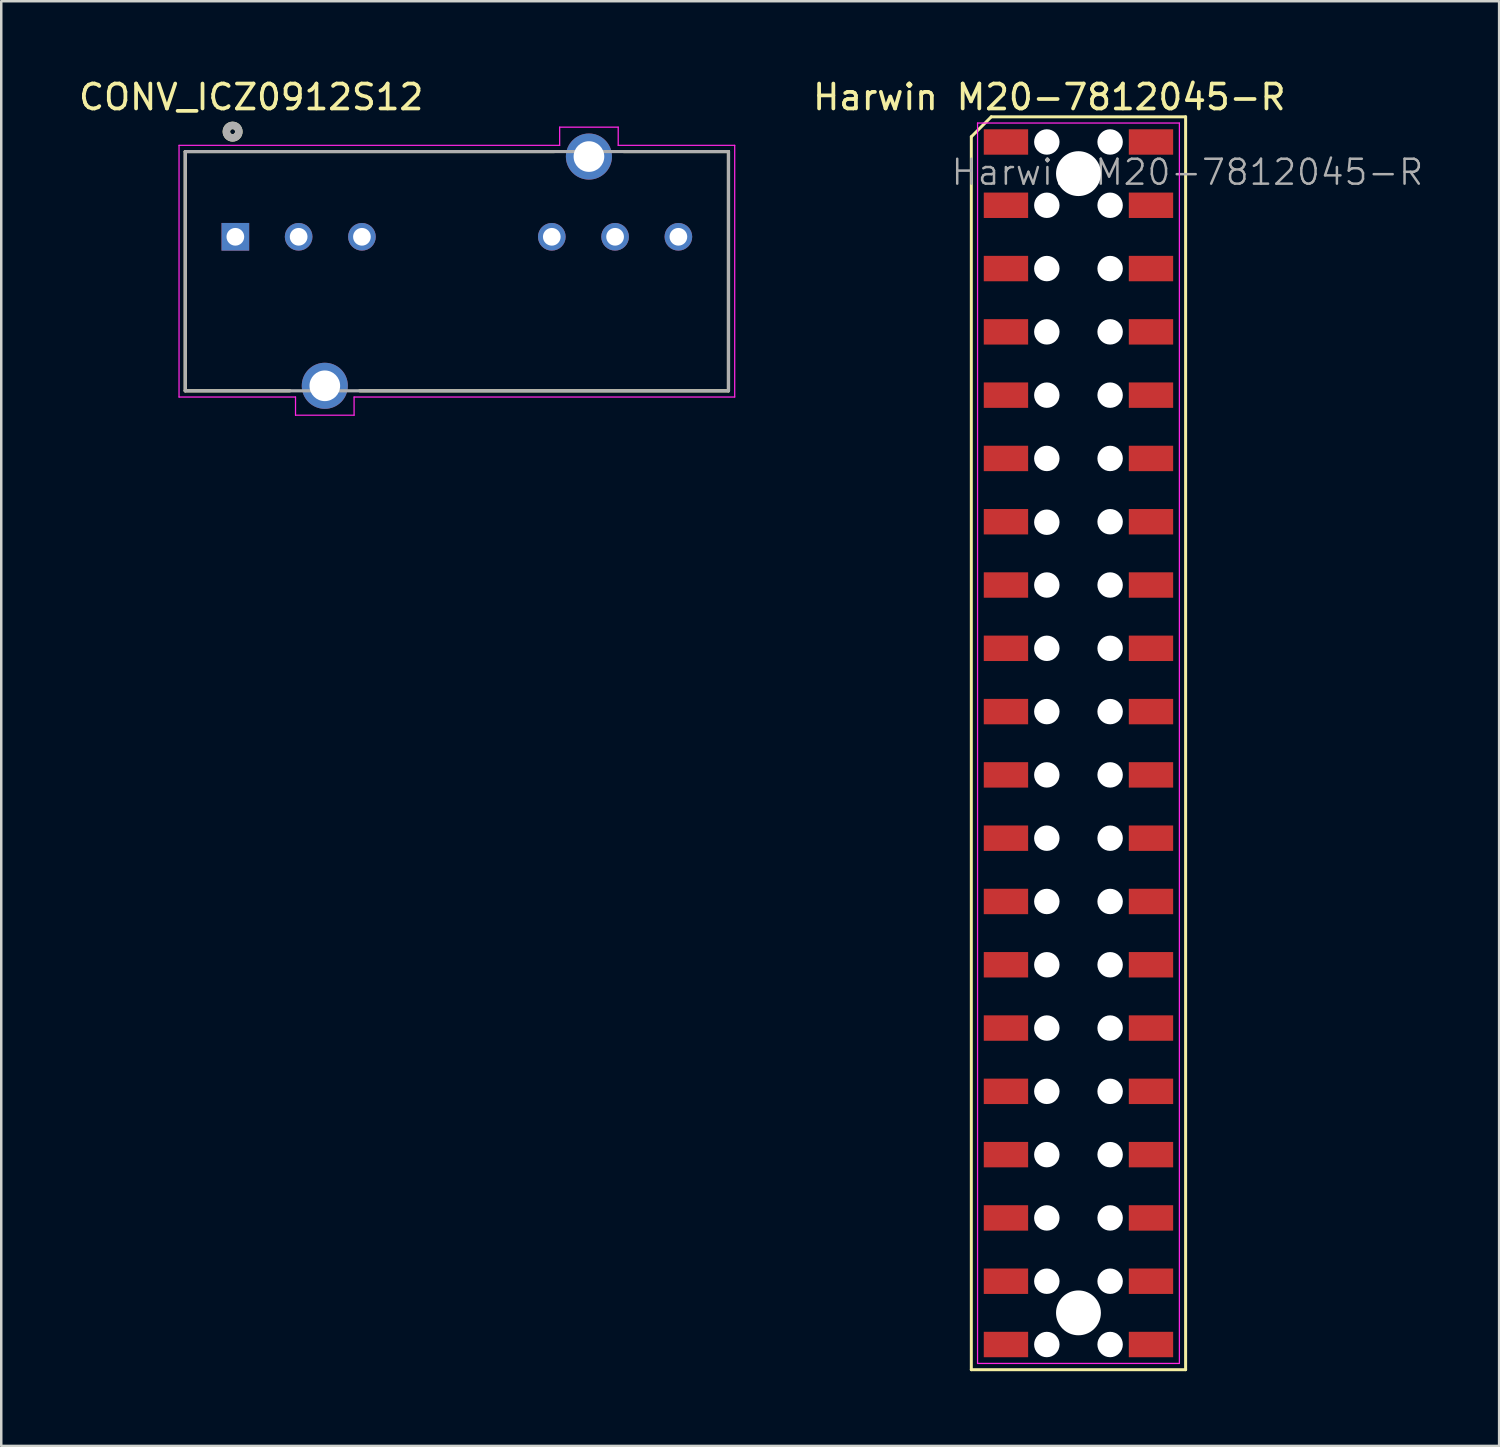
<source format=kicad_pcb>
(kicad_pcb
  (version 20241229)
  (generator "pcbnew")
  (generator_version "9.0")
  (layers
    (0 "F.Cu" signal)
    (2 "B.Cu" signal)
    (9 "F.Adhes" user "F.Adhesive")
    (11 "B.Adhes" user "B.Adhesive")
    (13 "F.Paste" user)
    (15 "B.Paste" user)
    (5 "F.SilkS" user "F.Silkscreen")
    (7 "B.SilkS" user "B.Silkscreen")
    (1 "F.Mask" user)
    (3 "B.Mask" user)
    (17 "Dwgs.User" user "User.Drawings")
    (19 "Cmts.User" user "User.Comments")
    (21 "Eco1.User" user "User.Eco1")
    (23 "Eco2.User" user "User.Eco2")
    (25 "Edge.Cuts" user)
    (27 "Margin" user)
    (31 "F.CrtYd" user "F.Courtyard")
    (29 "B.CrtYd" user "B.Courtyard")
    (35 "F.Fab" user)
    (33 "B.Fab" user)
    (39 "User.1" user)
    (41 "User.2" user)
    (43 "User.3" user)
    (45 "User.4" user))
  (footprint "CONV_ICZ0912S12"
    (layer "F.Cu")
    (at 15.285 7.833)
    (property "Reference" "CONV_ICZ0912S12" (at -8.255 -6.985 0) (layer "F.SilkS") (effects (font (size 1 1) (thickness 0.15))))
    (attr through_hole)
    (fp_line (start -10.9 -4.8) (end 3.9 -4.8) (stroke (width 0.127) (type solid)) (layer "F.SilkS"))
    (fp_line (start -10.9 4.8) (end -10.9 -4.8) (stroke (width 0.127) (type solid)) (layer "F.SilkS"))
    (fp_line (start -6.7 4.8) (end -10.9 4.8) (stroke (width 0.127) (type solid)) (layer "F.SilkS"))
    (fp_line (start 6.7 -4.8) (end 10.9 -4.8) (stroke (width 0.127) (type solid)) (layer "F.SilkS"))
    (fp_line (start 10.9 -4.8) (end 10.9 4.8) (stroke (width 0.127) (type solid)) (layer "F.SilkS"))
    (fp_line (start 10.9 4.8) (end -3.9 4.8) (stroke (width 0.127) (type solid)) (layer "F.SilkS"))
    (fp_circle (center -9 -5.6) (end -8.9 -5.6) (stroke (width 0.3) (type solid)) (fill no) (layer "F.SilkS"))
    (fp_line (start -11.15 -5.05) (end 4.125 -5.05) (stroke (width 0.05) (type solid)) (layer "F.CrtYd"))
    (fp_line (start -11.15 5.05) (end -11.15 -5.05) (stroke (width 0.05) (type solid)) (layer "F.CrtYd"))
    (fp_line (start -6.475 5.05) (end -11.15 5.05) (stroke (width 0.05) (type solid)) (layer "F.CrtYd"))
    (fp_line (start -6.475 5.78) (end -6.475 5.05) (stroke (width 0.05) (type solid)) (layer "F.CrtYd"))
    (fp_line (start -4.125 5.05) (end -4.125 5.78) (stroke (width 0.05) (type solid)) (layer "F.CrtYd"))
    (fp_line (start -4.125 5.78) (end -6.475 5.78) (stroke (width 0.05) (type solid)) (layer "F.CrtYd"))
    (fp_line (start 4.125 -5.78) (end 6.475 -5.78) (stroke (width 0.05) (type solid)) (layer "F.CrtYd"))
    (fp_line (start 4.125 -5.05) (end 4.125 -5.78) (stroke (width 0.05) (type solid)) (layer "F.CrtYd"))
    (fp_line (start 6.475 -5.78) (end 6.475 -5.05) (stroke (width 0.05) (type solid)) (layer "F.CrtYd"))
    (fp_line (start 6.475 -5.05) (end 11.15 -5.05) (stroke (width 0.05) (type solid)) (layer "F.CrtYd"))
    (fp_line (start 11.15 -5.05) (end 11.15 5.05) (stroke (width 0.05) (type solid)) (layer "F.CrtYd"))
    (fp_line (start 11.15 5.05) (end -4.125 5.05) (stroke (width 0.05) (type solid)) (layer "F.CrtYd"))
    (fp_line (start -10.9 -4.8) (end 10.9 -4.8) (stroke (width 0.127) (type solid)) (layer "F.Fab"))
    (fp_line (start -10.9 4.8) (end -10.9 -4.8) (stroke (width 0.127) (type solid)) (layer "F.Fab"))
    (fp_line (start 10.9 -4.8) (end 10.9 4.8) (stroke (width 0.127) (type solid)) (layer "F.Fab"))
    (fp_line (start 10.9 4.8) (end -10.9 4.8) (stroke (width 0.127) (type solid)) (layer "F.Fab"))
    (fp_circle (center -9 -5.6) (end -8.9 -5.6) (stroke (width 0.3) (type solid)) (fill no) (layer "F.Fab"))
    (pad "1" thru_hole rect (at -8.89 -1.38) (size 1.11 1.11) (drill 0.71) (layers "*.Cu" "*.Mask"))
    (pad "2" thru_hole circle (at -6.35 -1.38) (size 1.11 1.11) (drill 0.71) (layers "*.Cu" "*.Mask"))
    (pad "3" thru_hole circle (at -3.81 -1.38) (size 1.11 1.11) (drill 0.71) (layers "*.Cu" "*.Mask"))
    (pad "6" thru_hole circle (at 3.81 -1.38) (size 1.11 1.11) (drill 0.71) (layers "*.Cu" "*.Mask"))
    (pad "7" thru_hole circle (at 6.35 -1.38) (size 1.11 1.11) (drill 0.71) (layers "*.Cu" "*.Mask"))
    (pad "8" thru_hole circle (at 8.89 -1.38) (size 1.11 1.11) (drill 0.71) (layers "*.Cu" "*.Mask"))
    (pad "9" thru_hole circle (at -5.3 4.6) (size 1.85 1.85) (drill 1.23) (layers "*.Cu" "*.Mask"))
    (pad "12" thru_hole circle (at 5.3 -4.6) (size 1.85 1.85) (drill 1.23) (layers "*.Cu" "*.Mask")))
  (footprint "Harwin M20-7812045-R"
    (layer "F.Cu")
    (at 38.961 2.648)
    (property "Reference" "Harwin M20-7812045-R" (at 0.1 -1.8 180) (layer "F.SilkS") (effects (font (size 1 1) (thickness 0.15))))
    (attr smd)
    (fp_line (start -3.03 -0.21) (end -2.23 -1.01) (stroke (width 0.12) (type default)) (layer "F.SilkS"))
    (fp_line (start -3.03 49.27) (end -3.03 -0.21) (stroke (width 0.12) (type default)) (layer "F.SilkS"))
    (fp_line (start -2.23 -1.01) (end 5.57 -1.01) (stroke (width 0.12) (type default)) (layer "F.SilkS"))
    (fp_line (start 5.57 -1.01) (end 5.57 49.27) (stroke (width 0.12) (type default)) (layer "F.SilkS"))
    (fp_line (start 5.57 49.27) (end -3.03 49.27) (stroke (width 0.12) (type default)) (layer "F.SilkS"))
    (fp_line (start -2.78 -0.76) (end 5.32 -0.76) (stroke (width 0.05) (type default)) (layer "F.CrtYd"))
    (fp_line (start -2.78 49.02) (end -2.78 -0.76) (stroke (width 0.05) (type default)) (layer "F.CrtYd"))
    (fp_line (start 5.32 -0.76) (end 5.32 49.02) (stroke (width 0.05) (type default)) (layer "F.CrtYd"))
    (fp_line (start 5.32 49.02) (end -2.78 49.02) (stroke (width 0.05) (type default)) (layer "F.CrtYd"))
    (fp_text user "${REFERENCE}" (at -3.9 1.8 0) (layer "F.Fab") (effects (font (size 1 1) (thickness 0.1)) (justify left bottom)))
    (pad "" np_thru_hole circle (at 0 0 270) (size 1.02 1.02) (drill 1.02) (layers "*.Cu"))
    (pad "" np_thru_hole circle (at 0 2.54 270) (size 1.02 1.02) (drill 1.02) (layers "*.Cu"))
    (pad "" np_thru_hole circle (at 0 5.08 270) (size 1.02 1.02) (drill 1.02) (layers "*.Cu"))
    (pad "" np_thru_hole circle (at 0 7.62 270) (size 1.02 1.02) (drill 1.02) (layers "*.Cu"))
    (pad "" np_thru_hole circle (at 0 10.16 270) (size 1.02 1.02) (drill 1.02) (layers "*.Cu"))
    (pad "" np_thru_hole circle (at 0 12.7 270) (size 1.02 1.02) (drill 1.02) (layers "*.Cu"))
    (pad "" np_thru_hole circle (at 0 15.26 270) (size 1.02 1.02) (drill 1.02) (layers "*.Cu"))
    (pad "" np_thru_hole circle (at 0 17.78 270) (size 1.02 1.02) (drill 1.02) (layers "*.Cu"))
    (pad "" np_thru_hole circle (at 0 20.32 270) (size 1.02 1.02) (drill 1.02) (layers "*.Cu"))
    (pad "" np_thru_hole circle (at 0 22.86 270) (size 1.02 1.02) (drill 1.02) (layers "*.Cu"))
    (pad "" np_thru_hole circle (at 0 25.4 270) (size 1.02 1.02) (drill 1.02) (layers "*.Cu"))
    (pad "" np_thru_hole circle (at 0 27.94 270) (size 1.02 1.02) (drill 1.02) (layers "*.Cu"))
    (pad "" np_thru_hole circle (at 0 30.48 270) (size 1.02 1.02) (drill 1.02) (layers "*.Cu"))
    (pad "" np_thru_hole circle (at 0 33.02 270) (size 1.02 1.02) (drill 1.02) (layers "*.Cu"))
    (pad "" np_thru_hole circle (at 0 35.56 270) (size 1.02 1.02) (drill 1.02) (layers "*.Cu"))
    (pad "" np_thru_hole circle (at 0 38.1 270) (size 1.02 1.02) (drill 1.02) (layers "*.Cu"))
    (pad "" np_thru_hole circle (at 0 40.64 270) (size 1.02 1.02) (drill 1.02) (layers "*.Cu"))
    (pad "" np_thru_hole circle (at 0 43.18 270) (size 1.02 1.02) (drill 1.02) (layers "*.Cu"))
    (pad "" np_thru_hole circle (at 0 45.72 270) (size 1.02 1.02) (drill 1.02) (layers "*.Cu"))
    (pad "" np_thru_hole circle (at 0 48.26 270) (size 1.02 1.02) (drill 1.02) (layers "*.Cu"))
    (pad "" np_thru_hole circle (at 1.27 1.27 270) (size 1.8 1.8) (drill 1.8) (layers "*.Cu"))
    (pad "" np_thru_hole circle (at 1.27 46.99 270) (size 1.8 1.8) (drill 1.8) (layers "*.Cu"))
    (pad "" np_thru_hole circle (at 2.54 0 270) (size 1.02 1.02) (drill 1.02) (layers "*.Cu"))
    (pad "" np_thru_hole circle (at 2.54 2.54 270) (size 1.02 1.02) (drill 1.02) (layers "*.Cu"))
    (pad "" np_thru_hole circle (at 2.54 5.08 270) (size 1.02 1.02) (drill 1.02) (layers "*.Cu"))
    (pad "" np_thru_hole circle (at 2.54 7.62 270) (size 1.02 1.02) (drill 1.02) (layers "*.Cu"))
    (pad "" np_thru_hole circle (at 2.54 10.16 270) (size 1.02 1.02) (drill 1.02) (layers "*.Cu"))
    (pad "" np_thru_hole circle (at 2.54 12.7 270) (size 1.02 1.02) (drill 1.02) (layers "*.Cu"))
    (pad "" np_thru_hole circle (at 2.54 15.24 270) (size 1.02 1.02) (drill 1.02) (layers "*.Cu"))
    (pad "" np_thru_hole circle (at 2.54 17.78 270) (size 1.02 1.02) (drill 1.02) (layers "*.Cu"))
    (pad "" np_thru_hole circle (at 2.54 20.32 270) (size 1.02 1.02) (drill 1.02) (layers "*.Cu"))
    (pad "" np_thru_hole circle (at 2.54 22.86 270) (size 1.02 1.02) (drill 1.02) (layers "*.Cu"))
    (pad "" np_thru_hole circle (at 2.54 25.4 270) (size 1.02 1.02) (drill 1.02) (layers "*.Cu"))
    (pad "" np_thru_hole circle (at 2.54 27.94 270) (size 1.02 1.02) (drill 1.02) (layers "*.Cu"))
    (pad "" np_thru_hole circle (at 2.54 30.48 270) (size 1.02 1.02) (drill 1.02) (layers "*.Cu"))
    (pad "" np_thru_hole circle (at 2.54 33.02 270) (size 1.02 1.02) (drill 1.02) (layers "*.Cu"))
    (pad "" np_thru_hole circle (at 2.54 35.56 270) (size 1.02 1.02) (drill 1.02) (layers "*.Cu"))
    (pad "" np_thru_hole circle (at 2.54 38.1 270) (size 1.02 1.02) (drill 1.02) (layers "*.Cu"))
    (pad "" np_thru_hole circle (at 2.54 40.64 270) (size 1.02 1.02) (drill 1.02) (layers "*.Cu"))
    (pad "" np_thru_hole circle (at 2.54 43.18 270) (size 1.02 1.02) (drill 1.02) (layers "*.Cu"))
    (pad "" np_thru_hole circle (at 2.54 45.72 270) (size 1.02 1.02) (drill 1.02) (layers "*.Cu"))
    (pad "" np_thru_hole circle (at 2.54 48.26 270) (size 1.02 1.02) (drill 1.02) (layers "*.Cu"))
    (pad "1" smd rect (at 4.18 0 270) (size 1.02 1.78) (layers "F.Cu" "F.Mask" "F.Paste"))
    (pad "2" smd rect (at -1.64 0 270) (size 1.02 1.78) (layers "F.Cu" "F.Mask" "F.Paste"))
    (pad "3" smd rect (at 4.18 2.54 270) (size 1.02 1.78) (layers "F.Cu" "F.Mask" "F.Paste"))
    (pad "4" smd rect (at -1.64 2.54 270) (size 1.02 1.78) (layers "F.Cu" "F.Mask" "F.Paste"))
    (pad "5" smd rect (at 4.18 5.08 270) (size 1.02 1.78) (layers "F.Cu" "F.Mask" "F.Paste"))
    (pad "6" smd rect (at -1.64 5.08 270) (size 1.02 1.78) (layers "F.Cu" "F.Mask" "F.Paste"))
    (pad "7" smd rect (at 4.18 7.62 270) (size 1.02 1.78) (layers "F.Cu" "F.Mask" "F.Paste"))
    (pad "8" smd rect (at -1.64 7.62 270) (size 1.02 1.78) (layers "F.Cu" "F.Mask" "F.Paste"))
    (pad "9" smd rect (at 4.18 10.16 270) (size 1.02 1.78) (layers "F.Cu" "F.Mask" "F.Paste"))
    (pad "10" smd rect (at -1.64 10.16 270) (size 1.02 1.78) (layers "F.Cu" "F.Mask" "F.Paste"))
    (pad "11" smd rect (at 4.18 12.7 270) (size 1.02 1.78) (layers "F.Cu" "F.Mask" "F.Paste"))
    (pad "12" smd rect (at -1.64 12.7 270) (size 1.02 1.78) (layers "F.Cu" "F.Mask" "F.Paste"))
    (pad "13" smd rect (at 4.18 15.24 270) (size 1.02 1.78) (layers "F.Cu" "F.Mask" "F.Paste"))
    (pad "14" smd rect (at -1.64 15.24 270) (size 1.02 1.78) (layers "F.Cu" "F.Mask" "F.Paste"))
    (pad "15" smd rect (at 4.18 17.78 270) (size 1.02 1.78) (layers "F.Cu" "F.Mask" "F.Paste"))
    (pad "16" smd rect (at -1.64 17.78 270) (size 1.02 1.78) (layers "F.Cu" "F.Mask" "F.Paste"))
    (pad "17" smd rect (at 4.18 20.32 270) (size 1.02 1.78) (layers "F.Cu" "F.Mask" "F.Paste"))
    (pad "18" smd rect (at -1.64 20.32 270) (size 1.02 1.78) (layers "F.Cu" "F.Mask" "F.Paste"))
    (pad "19" smd rect (at 4.18 22.86 270) (size 1.02 1.78) (layers "F.Cu" "F.Mask" "F.Paste"))
    (pad "20" smd rect (at -1.64 22.86 270) (size 1.02 1.78) (layers "F.Cu" "F.Mask" "F.Paste"))
    (pad "21" smd rect (at 4.18 25.4 270) (size 1.02 1.78) (layers "F.Cu" "F.Mask" "F.Paste"))
    (pad "22" smd rect (at -1.64 25.4 270) (size 1.02 1.78) (layers "F.Cu" "F.Mask" "F.Paste"))
    (pad "23" smd rect (at 4.18 27.94 270) (size 1.02 1.78) (layers "F.Cu" "F.Mask" "F.Paste"))
    (pad "24" smd rect (at -1.64 27.94 270) (size 1.02 1.78) (layers "F.Cu" "F.Mask" "F.Paste"))
    (pad "25" smd rect (at 4.18 30.48 270) (size 1.02 1.78) (layers "F.Cu" "F.Mask" "F.Paste"))
    (pad "26" smd rect (at -1.64 30.48 270) (size 1.02 1.78) (layers "F.Cu" "F.Mask" "F.Paste"))
    (pad "27" smd rect (at 4.18 33.02 270) (size 1.02 1.78) (layers "F.Cu" "F.Mask" "F.Paste"))
    (pad "28" smd rect (at -1.64 33.02 270) (size 1.02 1.78) (layers "F.Cu" "F.Mask" "F.Paste"))
    (pad "29" smd rect (at 4.18 35.56 270) (size 1.02 1.78) (layers "F.Cu" "F.Mask" "F.Paste"))
    (pad "30" smd rect (at -1.64 35.56 270) (size 1.02 1.78) (layers "F.Cu" "F.Mask" "F.Paste"))
    (pad "31" smd rect (at 4.18 38.1 270) (size 1.02 1.78) (layers "F.Cu" "F.Mask" "F.Paste"))
    (pad "32" smd rect (at -1.64 38.1 270) (size 1.02 1.78) (layers "F.Cu" "F.Mask" "F.Paste"))
    (pad "33" smd rect (at 4.18 40.64 270) (size 1.02 1.78) (layers "F.Cu" "F.Mask" "F.Paste"))
    (pad "34" smd rect (at -1.64 40.64 270) (size 1.02 1.78) (layers "F.Cu" "F.Mask" "F.Paste"))
    (pad "35" smd rect (at 4.18 43.18 270) (size 1.02 1.78) (layers "F.Cu" "F.Mask" "F.Paste"))
    (pad "36" smd rect (at -1.64 43.18 270) (size 1.02 1.78) (layers "F.Cu" "F.Mask" "F.Paste"))
    (pad "37" smd rect (at 4.18 45.72 270) (size 1.02 1.78) (layers "F.Cu" "F.Mask" "F.Paste"))
    (pad "38" smd rect (at -1.64 45.72 270) (size 1.02 1.78) (layers "F.Cu" "F.Mask" "F.Paste"))
    (pad "39" smd rect (at 4.18 48.26 270) (size 1.02 1.78) (layers "F.Cu" "F.Mask" "F.Paste"))
    (pad "40" smd rect (at -1.64 48.26 270) (size 1.02 1.78) (layers "F.Cu" "F.Mask" "F.Paste")))
  (gr_rect
    (start -3 -3)
    (end 57.113 54.978)
    (stroke (width 0.1) (type default))
    (fill no)
    (layer "Edge.Cuts")))
</source>
